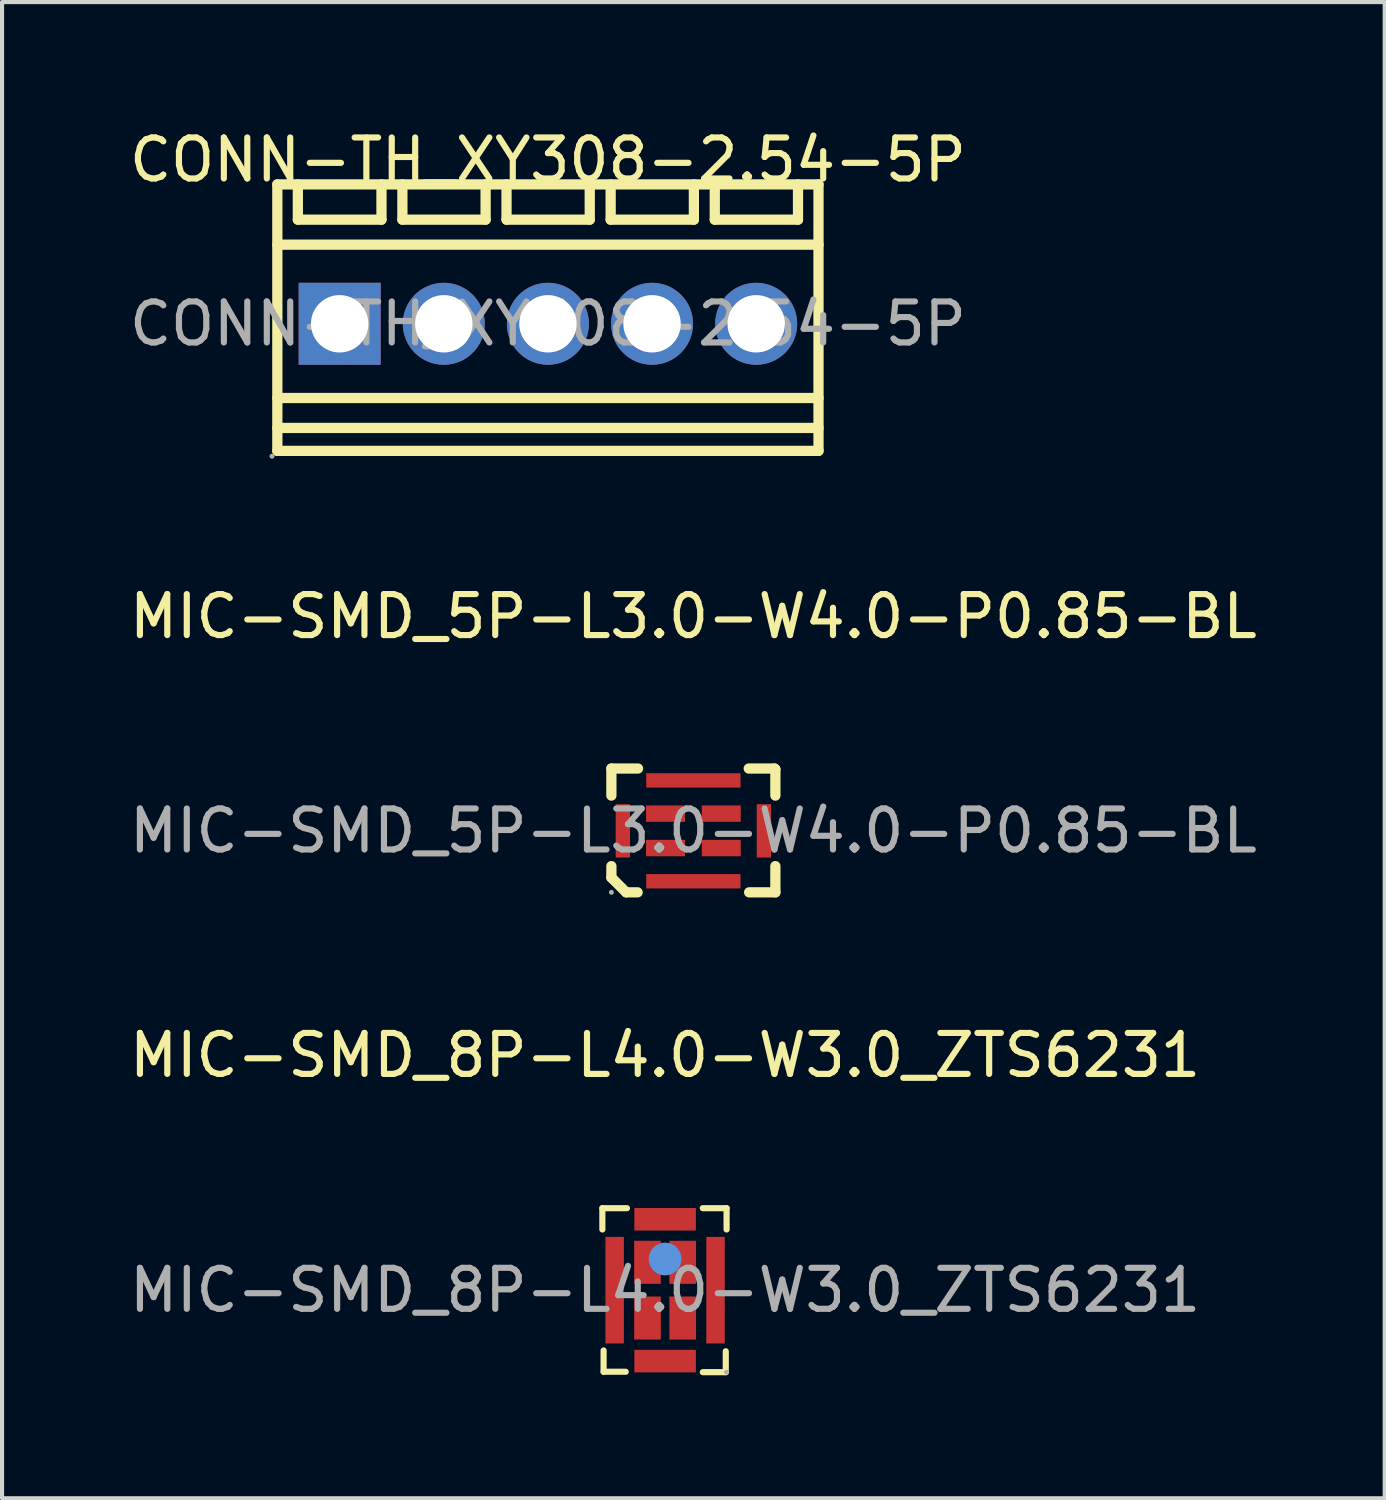
<source format=kicad_pcb>
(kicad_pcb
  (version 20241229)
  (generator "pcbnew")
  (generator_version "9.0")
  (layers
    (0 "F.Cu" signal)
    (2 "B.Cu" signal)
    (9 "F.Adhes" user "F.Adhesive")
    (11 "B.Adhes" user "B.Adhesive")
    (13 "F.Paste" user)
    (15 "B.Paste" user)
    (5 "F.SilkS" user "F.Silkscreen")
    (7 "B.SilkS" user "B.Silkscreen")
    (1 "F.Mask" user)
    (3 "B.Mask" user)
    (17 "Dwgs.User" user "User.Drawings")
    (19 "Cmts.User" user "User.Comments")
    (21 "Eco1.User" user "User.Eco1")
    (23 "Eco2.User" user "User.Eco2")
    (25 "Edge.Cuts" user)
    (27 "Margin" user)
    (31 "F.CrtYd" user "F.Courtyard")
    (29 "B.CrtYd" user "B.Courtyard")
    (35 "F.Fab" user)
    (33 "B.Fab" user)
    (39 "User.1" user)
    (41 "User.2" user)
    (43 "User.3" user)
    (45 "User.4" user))
  (footprint "CONN-TH_XY308-2.54-5P"
    (layer "F.Cu")
    (at 10.315 4.848)
    (property "Reference" "CONN-TH_XY308-2.54-5P" (at 0 -4 0) (layer "F.SilkS") (effects (font (size 1 1) (thickness 0.15))))
    (attr through_hole)
    (fp_line (start -6.6 -3.4) (end -6.6 3.1) (stroke (width 0.25) (type solid)) (layer "F.SilkS"))
    (fp_line (start -6.1 -3.4) (end -6.1 -2.54) (stroke (width 0.25) (type solid)) (layer "F.SilkS"))
    (fp_line (start -6.1 -2.54) (end -4.06 -2.54) (stroke (width 0.25) (type solid)) (layer "F.SilkS"))
    (fp_line (start -4.06 -2.54) (end -4.06 -3.4) (stroke (width 0.25) (type solid)) (layer "F.SilkS"))
    (fp_line (start -3.55 -3.4) (end -3.55 -2.54) (stroke (width 0.25) (type solid)) (layer "F.SilkS"))
    (fp_line (start -3.55 -2.54) (end -1.52 -2.54) (stroke (width 0.25) (type solid)) (layer "F.SilkS"))
    (fp_line (start -1.52 -2.54) (end -1.52 -3.4) (stroke (width 0.25) (type solid)) (layer "F.SilkS"))
    (fp_line (start -1.01 -3.4) (end -1.01 -2.54) (stroke (width 0.25) (type solid)) (layer "F.SilkS"))
    (fp_line (start -1.01 -2.54) (end 1.02 -2.54) (stroke (width 0.25) (type solid)) (layer "F.SilkS"))
    (fp_line (start 1.02 -2.54) (end 1.02 -3.4) (stroke (width 0.25) (type solid)) (layer "F.SilkS"))
    (fp_line (start 1.53 -3.4) (end 1.53 -2.54) (stroke (width 0.25) (type solid)) (layer "F.SilkS"))
    (fp_line (start 1.53 -2.54) (end 3.56 -2.54) (stroke (width 0.25) (type solid)) (layer "F.SilkS"))
    (fp_line (start 3.56 -2.54) (end 3.56 -3.4) (stroke (width 0.25) (type solid)) (layer "F.SilkS"))
    (fp_line (start 4.07 -3.4) (end 4.07 -2.54) (stroke (width 0.25) (type solid)) (layer "F.SilkS"))
    (fp_line (start 4.07 -2.54) (end 6.1 -2.54) (stroke (width 0.25) (type solid)) (layer "F.SilkS"))
    (fp_line (start 6.1 -2.54) (end 6.1 -3.4) (stroke (width 0.25) (type solid)) (layer "F.SilkS"))
    (fp_line (start 6.6 -3.4) (end -6.6 -3.4) (stroke (width 0.25) (type solid)) (layer "F.SilkS"))
    (fp_line (start 6.6 -3.4) (end 6.6 3.1) (stroke (width 0.25) (type solid)) (layer "F.SilkS"))
    (fp_line (start 6.6 -1.93) (end -6.6 -1.93) (stroke (width 0.25) (type solid)) (layer "F.SilkS"))
    (fp_line (start 6.6 1.81) (end -6.6 1.81) (stroke (width 0.25) (type solid)) (layer "F.SilkS"))
    (fp_line (start 6.6 2.54) (end -6.6 2.54) (stroke (width 0.25) (type solid)) (layer "F.SilkS"))
    (fp_line (start 6.6 3.1) (end -6.6 3.1) (stroke (width 0.25) (type solid)) (layer "F.SilkS"))
    (fp_circle (center -6.73 3.23) (end -6.7 3.23) (stroke (width 0.06) (type solid)) (fill no) (layer "F.Fab"))
    (fp_circle (center -5.08 0) (end -4.78 0) (stroke (width 0.6) (type solid)) (fill no) (layer "F.Fab"))
    (fp_circle (center -2.54 0) (end -2.24 0) (stroke (width 0.6) (type solid)) (fill no) (layer "F.Fab"))
    (fp_circle (center 0 0) (end 0.3 0) (stroke (width 0.6) (type solid)) (fill no) (layer "F.Fab"))
    (fp_circle (center 2.54 0) (end 2.84 0) (stroke (width 0.6) (type solid)) (fill no) (layer "F.Fab"))
    (fp_circle (center 5.08 0) (end 5.38 0) (stroke (width 0.6) (type solid)) (fill no) (layer "F.Fab"))
    (fp_text user "${REFERENCE}" (at 0 0 0) (layer "F.Fab") (effects (font (size 1 1) (thickness 0.15))))
    (pad "1" thru_hole rect (at -5.08 0) (size 2 2) (drill 1.4) (layers "*.Cu" "*.Mask"))
    (pad "2" thru_hole circle (at -2.54 0) (size 2 2) (drill 1.4) (layers "*.Cu" "*.Mask"))
    (pad "3" thru_hole circle (at 0 0) (size 2 2) (drill 1.4) (layers "*.Cu" "*.Mask"))
    (pad "4" thru_hole circle (at 2.54 0) (size 2 2) (drill 1.4) (layers "*.Cu" "*.Mask"))
    (pad "5" thru_hole circle (at 5.08 0) (size 2 2) (drill 1.4) (layers "*.Cu" "*.Mask")))
  (footprint "MIC-SMD_5P-L3.0-W4.0-P0.85-BL"
    (layer "F.Cu")
    (at 13.863 17.216)
    (property "Reference" "MIC-SMD_5P-L3.0-W4.0-P0.85-BL" (at 0 -5.23 0) (layer "F.SilkS") (effects (font (size 1 1) (thickness 0.15))))
    (attr smd)
    (fp_line (start -2 -1.52) (end -2 -0.86) (stroke (width 0.25) (type solid)) (layer "F.SilkS"))
    (fp_line (start -2 -1.52) (end -1.35 -1.52) (stroke (width 0.25) (type solid)) (layer "F.SilkS"))
    (fp_line (start -2 0.86) (end -2 1.14) (stroke (width 0.25) (type solid)) (layer "F.SilkS"))
    (fp_line (start -2 1.14) (end -1.64 1.5) (stroke (width 0.25) (type solid)) (layer "F.SilkS"))
    (fp_line (start -1.64 1.5) (end -1.36 1.5) (stroke (width 0.25) (type solid)) (layer "F.SilkS"))
    (fp_line (start 1.35 -1.52) (end 1.98 -1.52) (stroke (width 0.25) (type solid)) (layer "F.SilkS"))
    (fp_line (start 1.36 1.5) (end 2 1.5) (stroke (width 0.25) (type solid)) (layer "F.SilkS"))
    (fp_line (start 1.98 -1.52) (end 2 -1.5) (stroke (width 0.25) (type solid)) (layer "F.SilkS"))
    (fp_line (start 2 -1.5) (end 2 -0.86) (stroke (width 0.25) (type solid)) (layer "F.SilkS"))
    (fp_line (start 2 0.86) (end 2 1.5) (stroke (width 0.25) (type solid)) (layer "F.SilkS"))
    (fp_circle (center -2 1.5) (end -1.97 1.5) (stroke (width 0.06) (type solid)) (fill no) (layer "F.Fab"))
    (fp_text user "${REFERENCE}" (at 0 0 0) (layer "F.Fab") (effects (font (size 1 1) (thickness 0.15))))
    (pad "1" smd rect (at -0.68 0.42 90) (size 0.4 0.95) (layers "F.Cu" "F.Mask" "F.Paste"))
    (pad "2" smd rect (at 0.68 0.42 90) (size 0.4 0.95) (layers "F.Cu" "F.Mask" "F.Paste"))
    (pad "3" smd rect (at 0.68 -0.42 90) (size 0.4 0.95) (layers "F.Cu" "F.Mask" "F.Paste"))
    (pad "4" smd rect (at -0.68 -0.42 90) (size 0.4 0.95) (layers "F.Cu" "F.Mask" "F.Paste"))
    (pad "5" smd rect (at -1.72 0 180) (size 0.35 1.3) (layers "F.Cu" "F.Mask" "F.Paste"))
    (pad "5" smd rect (at 0 -1.23 270) (size 0.35 2.3) (layers "F.Cu" "F.Mask" "F.Paste"))
    (pad "5" smd rect (at 0 1.23 270) (size 0.35 2.3) (layers "F.Cu" "F.Mask" "F.Paste"))
    (pad "5" smd rect (at 1.72 0 180) (size 0.35 1.3) (layers "F.Cu" "F.Mask" "F.Paste")))
  (footprint "MIC-SMD_8P-L4.0-W3.0_ZTS6231"
    (layer "F.Cu")
    (at 13.173 28.42)
    (property "Reference" "MIC-SMD_8P-L4.0-W3.0_ZTS6231" (at 0 -5.73 0) (layer "F.SilkS") (effects (font (size 1 1) (thickness 0.15))))
    (attr smd)
    (fp_line (start -1.53 -2) (end -1.53 -1.48) (stroke (width 0.15) (type solid)) (layer "F.SilkS"))
    (fp_line (start -1.5 1.99) (end -1.5 1.47) (stroke (width 0.15) (type solid)) (layer "F.SilkS"))
    (fp_line (start -0.96 1.99) (end -1.5 1.99) (stroke (width 0.15) (type solid)) (layer "F.SilkS"))
    (fp_line (start -0.93 -2) (end -1.53 -2) (stroke (width 0.15) (type solid)) (layer "F.SilkS"))
    (fp_line (start 0.92 -2) (end 1.5 -2) (stroke (width 0.15) (type solid)) (layer "F.SilkS"))
    (fp_line (start 0.92 2) (end 1.48 2) (stroke (width 0.15) (type solid)) (layer "F.SilkS"))
    (fp_line (start 1.48 2) (end 1.48 1.49) (stroke (width 0.15) (type solid)) (layer "F.SilkS"))
    (fp_line (start 1.5 -2) (end 1.5 -1.48) (stroke (width 0.15) (type solid)) (layer "F.SilkS"))
    (fp_circle (center 0 -0.76) (end 0.2 -0.76) (stroke (width 0.4) (type solid)) (fill no) (layer "Cmts.User"))
    (fp_circle (center 1.5 2) (end 1.53 2) (stroke (width 0.06) (type solid)) (fill no) (layer "F.Fab"))
    (fp_text user "${REFERENCE}" (at 0 0 0) (layer "F.Fab") (effects (font (size 1 1) (thickness 0.15))))
    (pad "1" smd rect (at 0.43 0.68) (size 0.65 1.05) (layers "F.Cu" "F.Mask" "F.Paste"))
    (pad "2" smd rect (at 0.43 -0.68) (size 0.65 1.05) (layers "F.Cu" "F.Mask" "F.Paste"))
    (pad "3" smd rect (at -0.43 -0.68) (size 0.65 1.05) (layers "F.Cu" "F.Mask" "F.Paste"))
    (pad "4" smd rect (at -0.43 0.68) (size 0.65 1.05) (layers "F.Cu" "F.Mask" "F.Paste"))
    (pad "5" smd rect (at 0 1.73) (size 1.5 0.55) (layers "F.Cu" "F.Mask" "F.Paste"))
    (pad "6" smd rect (at 1.23 0) (size 0.45 2.6) (layers "F.Cu" "F.Mask" "F.Paste"))
    (pad "7" smd rect (at 0 -1.73) (size 1.5 0.55) (layers "F.Cu" "F.Mask" "F.Paste"))
    (pad "8" smd rect (at -1.23 0) (size 0.45 2.6) (layers "F.Cu" "F.Mask" "F.Paste")))
  (gr_rect
    (start -3 -3)
    (end 30.726 33.495)
    (stroke (width 0.1) (type default))
    (fill no)
    (layer "Edge.Cuts")))
</source>
